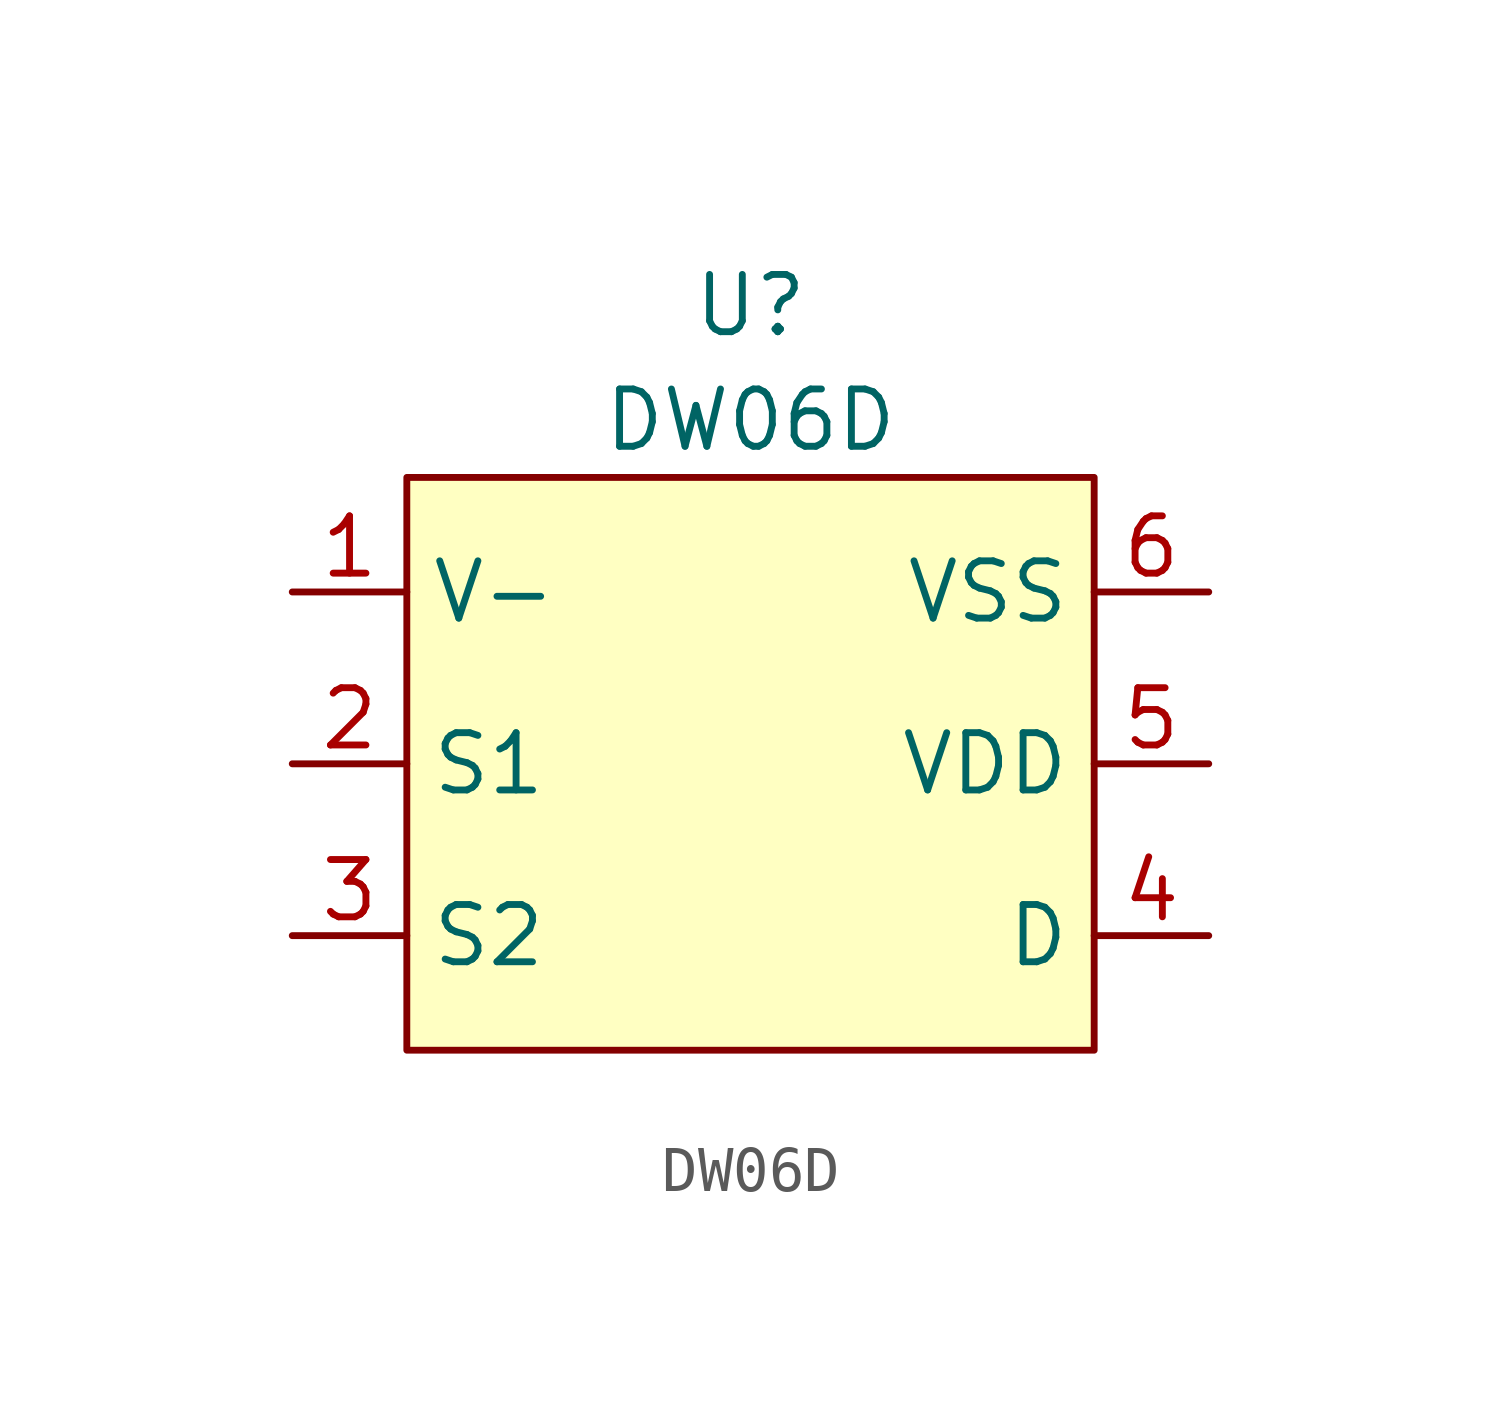
<source format=kicad_sym>
(kicad_symbol_lib
  (version 20211014)
  (generator kicad_symbol_editor)
  (symbol "MY_Battery:DW06D"
    (property "Reference" "U"
      (at 0 10.16 0)
      (effects (font (size 1.27 1.27))))
    (property "Value" "DW06D"
      (at 0 7.62 0)
      (effects (font (size 1.27 1.27))))
    (symbol "DW06D_0_1"
      (rectangle (start -7.62 6.35) (end 7.62 -6.35) (stroke (width 0.152) (type default) (color 0 0 0 0)) (fill (type background))))
    (symbol "DW06D_1_1"
      (pin input line (at -10.16 3.81 0) (length 2.54) (name "V-" (effects (font (size 1.27 1.27)))) (number "1" (effects (font (size 1.27 1.27)))))
      (pin power_in line (at -10.16 0 0) (length 2.54) (name "S1" (effects (font (size 1.27 1.27)))) (number "2" (effects (font (size 1.27 1.27)))))
      (pin power_in line (at -10.16 -3.81 0) (length 2.54) (name "S2" (effects (font (size 1.27 1.27)))) (number "3" (effects (font (size 1.27 1.27)))))
      (pin bidirectional line (at 10.16 -3.81 180) (length 2.54) (name "D" (effects (font (size 1.27 1.27)))) (number "4" (effects (font (size 1.27 1.27)))))
      (pin power_in line (at 10.16 0 180) (length 2.54) (name "VDD" (effects (font (size 1.27 1.27)))) (number "5" (effects (font (size 1.27 1.27)))))
      (pin power_in line (at 10.16 3.81 180) (length 2.54) (name "VSS" (effects (font (size 1.27 1.27)))) (number "6" (effects (font (size 1.27 1.27))))))))
</source>
